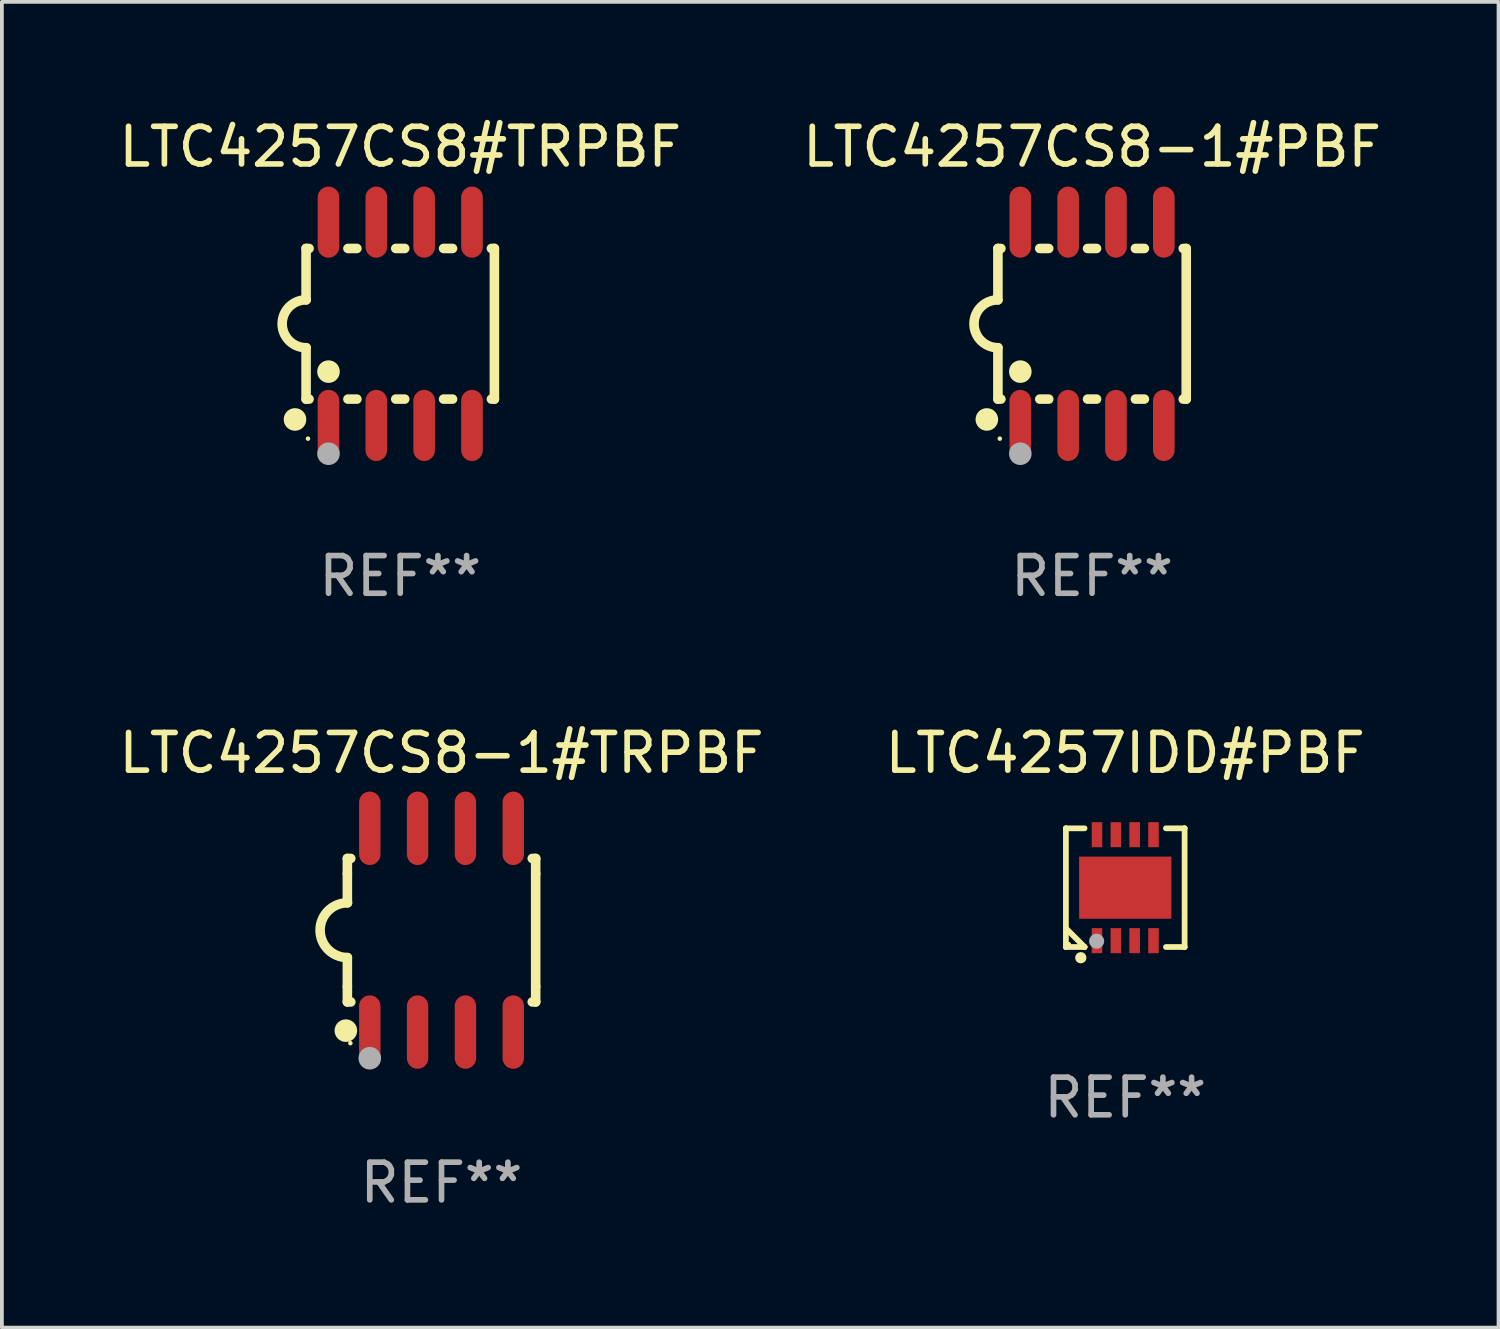
<source format=kicad_pcb>
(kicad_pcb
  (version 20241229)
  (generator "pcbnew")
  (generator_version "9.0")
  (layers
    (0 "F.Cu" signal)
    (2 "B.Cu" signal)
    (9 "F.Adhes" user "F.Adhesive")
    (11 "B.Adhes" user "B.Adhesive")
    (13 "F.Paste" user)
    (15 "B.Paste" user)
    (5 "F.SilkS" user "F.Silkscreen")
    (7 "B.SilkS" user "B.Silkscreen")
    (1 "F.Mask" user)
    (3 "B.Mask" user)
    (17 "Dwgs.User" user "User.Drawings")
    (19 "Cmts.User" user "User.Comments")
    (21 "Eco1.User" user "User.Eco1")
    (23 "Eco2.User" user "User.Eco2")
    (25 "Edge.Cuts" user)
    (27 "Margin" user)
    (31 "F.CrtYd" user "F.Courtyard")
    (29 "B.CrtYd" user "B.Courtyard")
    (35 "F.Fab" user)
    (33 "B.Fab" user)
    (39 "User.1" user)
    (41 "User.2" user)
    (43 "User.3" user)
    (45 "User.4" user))
  (footprint "LTC4257CS8#TRPBF"
    (layer "F.Cu")
    (at 7.577 5.547)
    (property "Reference" "LTC4257CS8#TRPBF" (at 0 -4.699 0) (layer "F.SilkS") (effects (font (size 1 1) (thickness 0.15))))
    (attr through_hole)
    (fp_line (start -2.5 -2) (end -2.5 -0.635) (stroke (width 0.254) (type solid)) (layer "F.SilkS"))
    (fp_line (start -2.5 -2) (end -2.421 -2) (stroke (width 0.254) (type solid)) (layer "F.SilkS"))
    (fp_line (start -2.5 2) (end -2.5 0.635) (stroke (width 0.254) (type solid)) (layer "F.SilkS"))
    (fp_line (start -2.5 2) (end -2.421 2) (stroke (width 0.254) (type solid)) (layer "F.SilkS"))
    (fp_line (start -1.389 -2) (end -1.151 -2) (stroke (width 0.254) (type solid)) (layer "F.SilkS"))
    (fp_line (start -1.389 2) (end -1.151 2) (stroke (width 0.254) (type solid)) (layer "F.SilkS"))
    (fp_line (start -0.119 -2) (end 0.119 -2) (stroke (width 0.254) (type solid)) (layer "F.SilkS"))
    (fp_line (start -0.119 2) (end 0.119 2) (stroke (width 0.254) (type solid)) (layer "F.SilkS"))
    (fp_line (start 1.151 -2) (end 1.389 -2) (stroke (width 0.254) (type solid)) (layer "F.SilkS"))
    (fp_line (start 1.151 2) (end 1.389 2) (stroke (width 0.254) (type solid)) (layer "F.SilkS"))
    (fp_line (start 2.421 -2) (end 2.5 -2) (stroke (width 0.254) (type solid)) (layer "F.SilkS"))
    (fp_line (start 2.421 2) (end 2.5 2) (stroke (width 0.254) (type solid)) (layer "F.SilkS"))
    (fp_line (start 2.5 -2) (end 2.5 2) (stroke (width 0.254) (type solid)) (layer "F.SilkS"))
    (fp_arc (start -2.5 0.635001) (mid -3.134366 -0.000318) (end -2.499365 -0.635001) (stroke (width 0.254001) (type solid)) (layer "F.SilkS"))
    (fp_circle (center -2.794 2.54) (end -2.644 2.54) (stroke (width 0.3) (type solid)) (fill no) (layer "F.SilkS"))
    (fp_circle (center -2.45 3.05) (end -2.42 3.05) (stroke (width 0.06) (type solid)) (fill no) (layer "F.SilkS"))
    (fp_circle (center -1.905 1.27) (end -1.755 1.27) (stroke (width 0.3) (type solid)) (fill no) (layer "F.SilkS"))
    (fp_circle (center -1.905 3.45) (end -1.755 3.45) (stroke (width 0.3) (type solid)) (fill no) (layer "F.Fab"))
    (fp_text user "REF**" (at 0 6.699 0) (layer "F.Fab") (effects (font (size 1 1) (thickness 0.15))))
    (pad "1" smd oval (at -1.905 2.699) (size 0.574 1.888) (layers "F.Cu" "F.Mask" "F.Paste"))
    (pad "2" smd oval (at -0.635 2.699) (size 0.574 1.888) (layers "F.Cu" "F.Mask" "F.Paste"))
    (pad "3" smd oval (at 0.635 2.699) (size 0.574 1.888) (layers "F.Cu" "F.Mask" "F.Paste"))
    (pad "4" smd oval (at 1.905 2.699) (size 0.574 1.888) (layers "F.Cu" "F.Mask" "F.Paste"))
    (pad "5" smd oval (at 1.905 -2.699) (size 0.574 1.888) (layers "F.Cu" "F.Mask" "F.Paste"))
    (pad "6" smd oval (at 0.635 -2.699) (size 0.574 1.888) (layers "F.Cu" "F.Mask" "F.Paste"))
    (pad "7" smd oval (at -0.635 -2.699) (size 0.574 1.888) (layers "F.Cu" "F.Mask" "F.Paste"))
    (pad "8" smd oval (at -1.905 -2.699) (size 0.574 1.888) (layers "F.Cu" "F.Mask" "F.Paste")))
  (footprint "LTC4257CS8-1#TRPBF"
    (layer "F.Cu")
    (at 8.673 21.648)
    (property "Reference" "LTC4257CS8-1#TRPBF" (at 0 -4.705 0) (layer "F.SilkS") (effects (font (size 1 1) (thickness 0.15))))
    (attr through_hole)
    (fp_line (start -2.5 -1.905) (end -2.409 -1.905) (stroke (width 0.254) (type solid)) (layer "F.SilkS"))
    (fp_line (start -2.5 -1.5) (end -2.5 -1.905) (stroke (width 0.254) (type solid)) (layer "F.SilkS"))
    (fp_line (start -2.5 -1.5) (end -2.5 -0.726) (stroke (width 0.254) (type solid)) (layer "F.SilkS"))
    (fp_line (start -2.5 1.5) (end -2.5 0.727) (stroke (width 0.254) (type solid)) (layer "F.SilkS"))
    (fp_line (start -2.5 1.5) (end -2.5 1.905) (stroke (width 0.254) (type solid)) (layer "F.SilkS"))
    (fp_line (start -2.5 1.905) (end -2.409 1.905) (stroke (width 0.254) (type solid)) (layer "F.SilkS"))
    (fp_line (start 2.5 -1.905) (end 2.409 -1.905) (stroke (width 0.254) (type solid)) (layer "F.SilkS"))
    (fp_line (start 2.5 -1.5) (end 2.5 -1.905) (stroke (width 0.254) (type solid)) (layer "F.SilkS"))
    (fp_line (start 2.5 -1.5) (end 2.5 1.5) (stroke (width 0.254) (type solid)) (layer "F.SilkS"))
    (fp_line (start 2.5 1.5) (end 2.5 1.905) (stroke (width 0.254) (type solid)) (layer "F.SilkS"))
    (fp_line (start 2.5 1.905) (end 2.409 1.905) (stroke (width 0.254) (type solid)) (layer "F.SilkS"))
    (fp_arc (start -2.5 0.726568) (mid -3.220316 -0.0023) (end -2.495097 -0.726289) (stroke (width 0.254001) (type solid)) (layer "F.SilkS"))
    (fp_circle (center -2.54 2.667) (end -2.39 2.667) (stroke (width 0.3) (type solid)) (fill no) (layer "F.SilkS"))
    (fp_circle (center -2.42 3) (end -2.39 3) (stroke (width 0.06) (type solid)) (fill no) (layer "F.SilkS"))
    (fp_circle (center -1.905 3.4) (end -1.755 3.4) (stroke (width 0.3) (type solid)) (fill no) (layer "F.Fab"))
    (fp_text user "REF**" (at 0 6.705 0) (layer "F.Fab") (effects (font (size 1 1) (thickness 0.15))))
    (pad "1" smd oval (at -1.905 2.705) (size 0.568 1.95) (layers "F.Cu" "F.Mask" "F.Paste"))
    (pad "2" smd oval (at -0.635 2.705) (size 0.568 1.95) (layers "F.Cu" "F.Mask" "F.Paste"))
    (pad "3" smd oval (at 0.635 2.705) (size 0.568 1.95) (layers "F.Cu" "F.Mask" "F.Paste"))
    (pad "4" smd oval (at 1.905 2.705) (size 0.568 1.95) (layers "F.Cu" "F.Mask" "F.Paste"))
    (pad "5" smd oval (at 1.905 -2.705) (size 0.568 1.95) (layers "F.Cu" "F.Mask" "F.Paste"))
    (pad "6" smd oval (at 0.635 -2.705) (size 0.568 1.95) (layers "F.Cu" "F.Mask" "F.Paste"))
    (pad "7" smd oval (at -0.635 -2.705) (size 0.568 1.95) (layers "F.Cu" "F.Mask" "F.Paste"))
    (pad "8" smd oval (at -1.905 -2.705) (size 0.568 1.95) (layers "F.Cu" "F.Mask" "F.Paste")))
  (footprint "LTC4257CS8-1#PBF"
    (layer "F.Cu")
    (at 25.946 5.547)
    (property "Reference" "LTC4257CS8-1#PBF" (at 0 -4.699 0) (layer "F.SilkS") (effects (font (size 1 1) (thickness 0.15))))
    (attr through_hole)
    (fp_line (start -2.5 -2) (end -2.5 -0.635) (stroke (width 0.254) (type solid)) (layer "F.SilkS"))
    (fp_line (start -2.5 -2) (end -2.421 -2) (stroke (width 0.254) (type solid)) (layer "F.SilkS"))
    (fp_line (start -2.5 2) (end -2.5 0.635) (stroke (width 0.254) (type solid)) (layer "F.SilkS"))
    (fp_line (start -2.5 2) (end -2.421 2) (stroke (width 0.254) (type solid)) (layer "F.SilkS"))
    (fp_line (start -1.389 -2) (end -1.151 -2) (stroke (width 0.254) (type solid)) (layer "F.SilkS"))
    (fp_line (start -1.389 2) (end -1.151 2) (stroke (width 0.254) (type solid)) (layer "F.SilkS"))
    (fp_line (start -0.119 -2) (end 0.119 -2) (stroke (width 0.254) (type solid)) (layer "F.SilkS"))
    (fp_line (start -0.119 2) (end 0.119 2) (stroke (width 0.254) (type solid)) (layer "F.SilkS"))
    (fp_line (start 1.151 -2) (end 1.389 -2) (stroke (width 0.254) (type solid)) (layer "F.SilkS"))
    (fp_line (start 1.151 2) (end 1.389 2) (stroke (width 0.254) (type solid)) (layer "F.SilkS"))
    (fp_line (start 2.421 -2) (end 2.5 -2) (stroke (width 0.254) (type solid)) (layer "F.SilkS"))
    (fp_line (start 2.421 2) (end 2.5 2) (stroke (width 0.254) (type solid)) (layer "F.SilkS"))
    (fp_line (start 2.5 -2) (end 2.5 2) (stroke (width 0.254) (type solid)) (layer "F.SilkS"))
    (fp_arc (start -2.5 0.635001) (mid -3.134366 -0.000318) (end -2.499365 -0.635001) (stroke (width 0.254001) (type solid)) (layer "F.SilkS"))
    (fp_circle (center -2.794 2.54) (end -2.644 2.54) (stroke (width 0.3) (type solid)) (fill no) (layer "F.SilkS"))
    (fp_circle (center -2.45 3.05) (end -2.42 3.05) (stroke (width 0.06) (type solid)) (fill no) (layer "F.SilkS"))
    (fp_circle (center -1.905 1.27) (end -1.755 1.27) (stroke (width 0.3) (type solid)) (fill no) (layer "F.SilkS"))
    (fp_circle (center -1.905 3.45) (end -1.755 3.45) (stroke (width 0.3) (type solid)) (fill no) (layer "F.Fab"))
    (fp_text user "REF**" (at 0 6.699 0) (layer "F.Fab") (effects (font (size 1 1) (thickness 0.15))))
    (pad "1" smd oval (at -1.905 2.699) (size 0.574 1.888) (layers "F.Cu" "F.Mask" "F.Paste"))
    (pad "2" smd oval (at -0.635 2.699) (size 0.574 1.888) (layers "F.Cu" "F.Mask" "F.Paste"))
    (pad "3" smd oval (at 0.635 2.699) (size 0.574 1.888) (layers "F.Cu" "F.Mask" "F.Paste"))
    (pad "4" smd oval (at 1.905 2.699) (size 0.574 1.888) (layers "F.Cu" "F.Mask" "F.Paste"))
    (pad "5" smd oval (at 1.905 -2.699) (size 0.574 1.888) (layers "F.Cu" "F.Mask" "F.Paste"))
    (pad "6" smd oval (at 0.635 -2.699) (size 0.574 1.888) (layers "F.Cu" "F.Mask" "F.Paste"))
    (pad "7" smd oval (at -0.635 -2.699) (size 0.574 1.888) (layers "F.Cu" "F.Mask" "F.Paste"))
    (pad "8" smd oval (at -1.905 -2.699) (size 0.574 1.888) (layers "F.Cu" "F.Mask" "F.Paste")))
  (footprint "LTC4257IDD#PBF"
    (layer "F.Cu")
    (at 26.827 20.519)
    (property "Reference" "LTC4257IDD#PBF" (at 0 -3.576 0) (layer "F.SilkS") (effects (font (size 1 1) (thickness 0.15))))
    (attr through_hole)
    (fp_line (start -1.576 -1.576) (end -1.576 -1.576) (stroke (width 0.152) (type solid)) (layer "F.SilkS"))
    (fp_line (start -1.576 -1.576) (end -1.08 -1.576) (stroke (width 0.152) (type solid)) (layer "F.SilkS"))
    (fp_line (start -1.576 1.576) (end -1.576 -1.576) (stroke (width 0.152) (type solid)) (layer "F.SilkS"))
    (fp_line (start -1.576 1.576) (end -1.576 1.576) (stroke (width 0.152) (type solid)) (layer "F.SilkS"))
    (fp_line (start -1.08 1.575) (end -1.576 1.079) (stroke (width 0.152) (type solid)) (layer "F.SilkS"))
    (fp_line (start -1.08 1.576) (end -1.576 1.576) (stroke (width 0.152) (type solid)) (layer "F.SilkS"))
    (fp_line (start -1.08 1.576) (end -1.08 1.575) (stroke (width 0.152) (type solid)) (layer "F.SilkS"))
    (fp_line (start 1.08 1.576) (end 1.576 1.576) (stroke (width 0.152) (type solid)) (layer "F.SilkS"))
    (fp_line (start 1.576 -1.576) (end 1.08 -1.576) (stroke (width 0.152) (type solid)) (layer "F.SilkS"))
    (fp_line (start 1.576 -1.576) (end 1.576 -1.576) (stroke (width 0.152) (type solid)) (layer "F.SilkS"))
    (fp_line (start 1.576 1.576) (end 1.576 -1.576) (stroke (width 0.152) (type solid)) (layer "F.SilkS"))
    (fp_line (start 1.576 1.576) (end 1.576 1.576) (stroke (width 0.152) (type solid)) (layer "F.SilkS"))
    (fp_circle (center -1.5 1.5) (end -1.47 1.5) (stroke (width 0.06) (type solid)) (fill no) (layer "F.SilkS"))
    (fp_circle (center -1.18 1.86) (end -1.105 1.86) (stroke (width 0.15) (type solid)) (fill no) (layer "F.SilkS"))
    (fp_circle (center -0.76 1.42) (end -0.66 1.42) (stroke (width 0.2) (type solid)) (fill no) (layer "F.Fab"))
    (fp_text user "REF**" (at 0 5.576 0) (layer "F.Fab") (effects (font (size 1 1) (thickness 0.15))))
    (pad "1" smd rect (at -0.75 1.407) (size 0.28 0.665) (layers "F.Cu" "F.Mask" "F.Paste"))
    (pad "2" smd rect (at -0.25 1.407) (size 0.28 0.665) (layers "F.Cu" "F.Mask" "F.Paste"))
    (pad "3" smd rect (at 0.25 1.407) (size 0.28 0.665) (layers "F.Cu" "F.Mask" "F.Paste"))
    (pad "4" smd rect (at 0.75 1.407) (size 0.28 0.665) (layers "F.Cu" "F.Mask" "F.Paste"))
    (pad "5" smd rect (at 0.75 -1.407) (size 0.28 0.665) (layers "F.Cu" "F.Mask" "F.Paste"))
    (pad "6" smd rect (at 0.25 -1.407) (size 0.28 0.665) (layers "F.Cu" "F.Mask" "F.Paste"))
    (pad "7" smd rect (at -0.25 -1.407) (size 0.28 0.665) (layers "F.Cu" "F.Mask" "F.Paste"))
    (pad "8" smd rect (at -0.75 -1.407) (size 0.28 0.665) (layers "F.Cu" "F.Mask" "F.Paste"))
    (pad "9" smd rect (at 0 0) (size 2.45 1.65) (layers "F.Cu" "F.Mask" "F.Paste")))
  (gr_rect
    (start -3 -3)
    (end 36.738 32.201)
    (stroke (width 0.1) (type default))
    (fill no)
    (layer "Edge.Cuts")))
</source>
